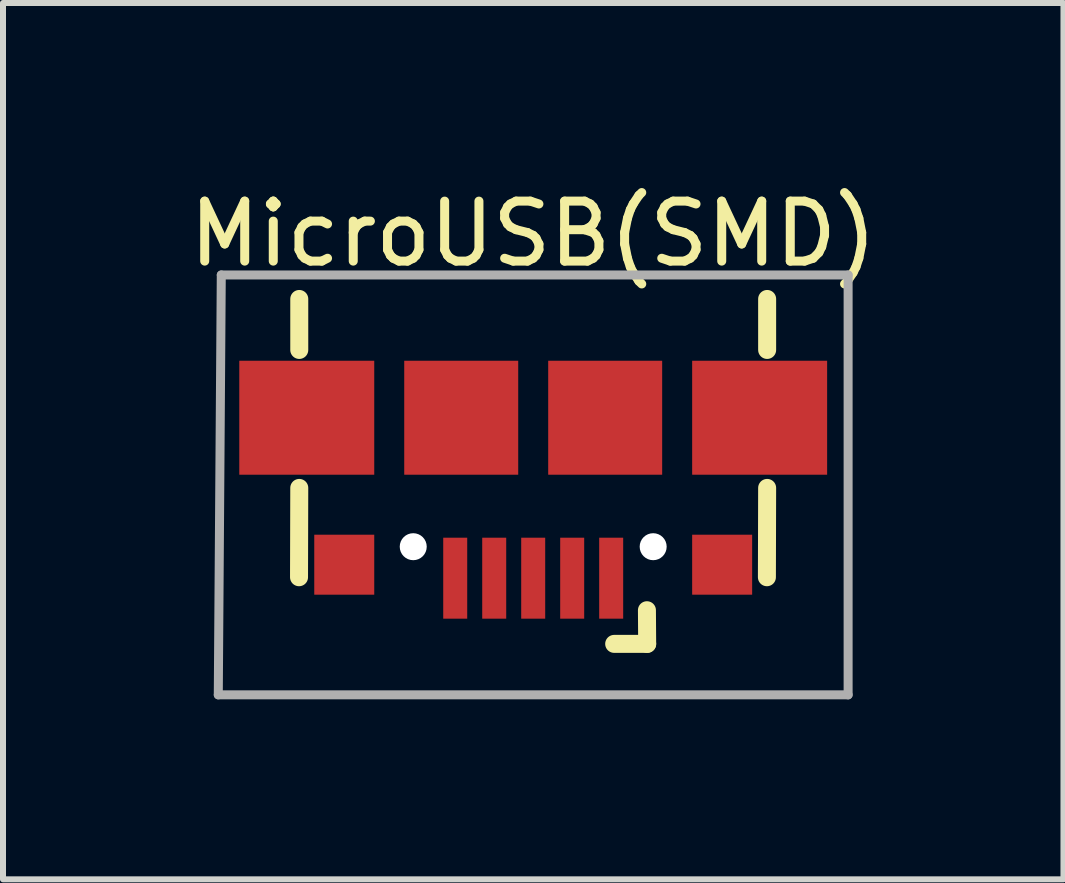
<source format=kicad_pcb>
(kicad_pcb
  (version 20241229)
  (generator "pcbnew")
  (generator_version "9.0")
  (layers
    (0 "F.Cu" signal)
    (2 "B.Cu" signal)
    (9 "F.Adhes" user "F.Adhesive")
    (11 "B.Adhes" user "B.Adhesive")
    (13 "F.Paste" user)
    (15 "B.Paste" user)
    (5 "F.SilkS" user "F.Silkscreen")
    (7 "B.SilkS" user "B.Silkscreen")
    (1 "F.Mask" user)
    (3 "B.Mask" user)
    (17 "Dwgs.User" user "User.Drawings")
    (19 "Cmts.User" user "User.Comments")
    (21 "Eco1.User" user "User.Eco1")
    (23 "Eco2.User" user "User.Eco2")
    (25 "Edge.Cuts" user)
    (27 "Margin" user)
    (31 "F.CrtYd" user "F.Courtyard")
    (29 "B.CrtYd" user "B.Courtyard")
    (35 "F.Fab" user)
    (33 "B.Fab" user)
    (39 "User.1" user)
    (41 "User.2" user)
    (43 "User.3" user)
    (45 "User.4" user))
  (footprint "MicroUSB(SMD)"
    (layer "F.Cu")
    (at 5.835 5.548)
    (property "Reference" "MicroUSB(SMD)" (at 0.004 -4.7 180) (layer "F.SilkS") (effects (font (size 1 1) (thickness 0.15))))
    (attr through_hole)
    (fp_line (start -3.9 1.025) (end -3.896 -0.464) (stroke (width 0.3) (type solid)) (layer "F.SilkS"))
    (fp_line (start -3.896 -2.764) (end -3.896 -3.614) (stroke (width 0.3) (type solid)) (layer "F.SilkS"))
    (fp_line (start 1.904 2.136) (end 1.354 2.136) (stroke (width 0.3) (type solid)) (layer "F.SilkS"))
    (fp_line (start 1.904 2.136) (end 1.9 1.575) (stroke (width 0.3) (type solid)) (layer "F.SilkS"))
    (fp_line (start 3.904 -2.764) (end 3.904 -3.614) (stroke (width 0.3) (type solid)) (layer "F.SilkS"))
    (fp_line (start 3.904 -0.464) (end 3.9 1.025) (stroke (width 0.3) (type solid)) (layer "F.SilkS"))
    (fp_line (start -5.246 2.986) (end 5.254 2.986) (stroke (width 0.15) (type solid)) (layer "F.Fab"))
    (fp_line (start -5.196 -4.014) (end -5.246 2.986) (stroke (width 0.15) (type solid)) (layer "F.Fab"))
    (fp_line (start 5.254 -4.014) (end -5.196 -4.014) (stroke (width 0.15) (type solid)) (layer "F.Fab"))
    (fp_line (start 5.254 2.986) (end 5.254 -4.014) (stroke (width 0.15) (type solid)) (layer "F.Fab"))
    (pad "" np_thru_hole circle (at -1.996 0.516) (size 0.45 0.45) (drill 0.45) (layers "*.Cu" "*.Mask"))
    (pad "" np_thru_hole circle (at 2.004 0.516) (size 0.45 0.45) (drill 0.45) (layers "*.Cu" "*.Mask"))
    (pad "1" smd rect (at 1.304 1.041) (size 0.4 1.35) (layers "F.Cu" "F.Mask" "F.Paste"))
    (pad "2" smd rect (at 0.654 1.041) (size 0.4 1.35) (layers "F.Cu" "F.Mask" "F.Paste"))
    (pad "3" smd rect (at 0.004 1.041) (size 0.4 1.35) (layers "F.Cu" "F.Mask" "F.Paste"))
    (pad "4" smd rect (at -0.646 1.041) (size 0.4 1.35) (layers "F.Cu" "F.Mask" "F.Paste"))
    (pad "5" smd rect (at -1.296 1.041) (size 0.4 1.35) (layers "F.Cu" "F.Mask" "F.Paste"))
    (pad "6" smd rect (at -3.771 -1.634) (size 2.25 1.9) (layers "F.Cu" "F.Mask" "F.Paste"))
    (pad "6" smd rect (at -3.146 0.816) (size 1 1) (layers "F.Cu" "F.Mask" "F.Paste"))
    (pad "6" smd rect (at -1.196 -1.634) (size 1.9 1.9) (layers "F.Cu" "F.Mask" "F.Paste"))
    (pad "6" smd rect (at 1.204 -1.634) (size 1.9 1.9) (layers "F.Cu" "F.Mask" "F.Paste"))
    (pad "6" smd rect (at 3.154 0.816) (size 1 1) (layers "F.Cu" "F.Mask" "F.Paste"))
    (pad "6" smd rect (at 3.779 -1.634 180) (size 2.25 1.9) (layers "F.Cu" "F.Mask" "F.Paste")))
  (gr_rect
    (start -3 -3)
    (end 14.679 11.609)
    (stroke (width 0.1) (type default))
    (fill no)
    (layer "Edge.Cuts")))
</source>
